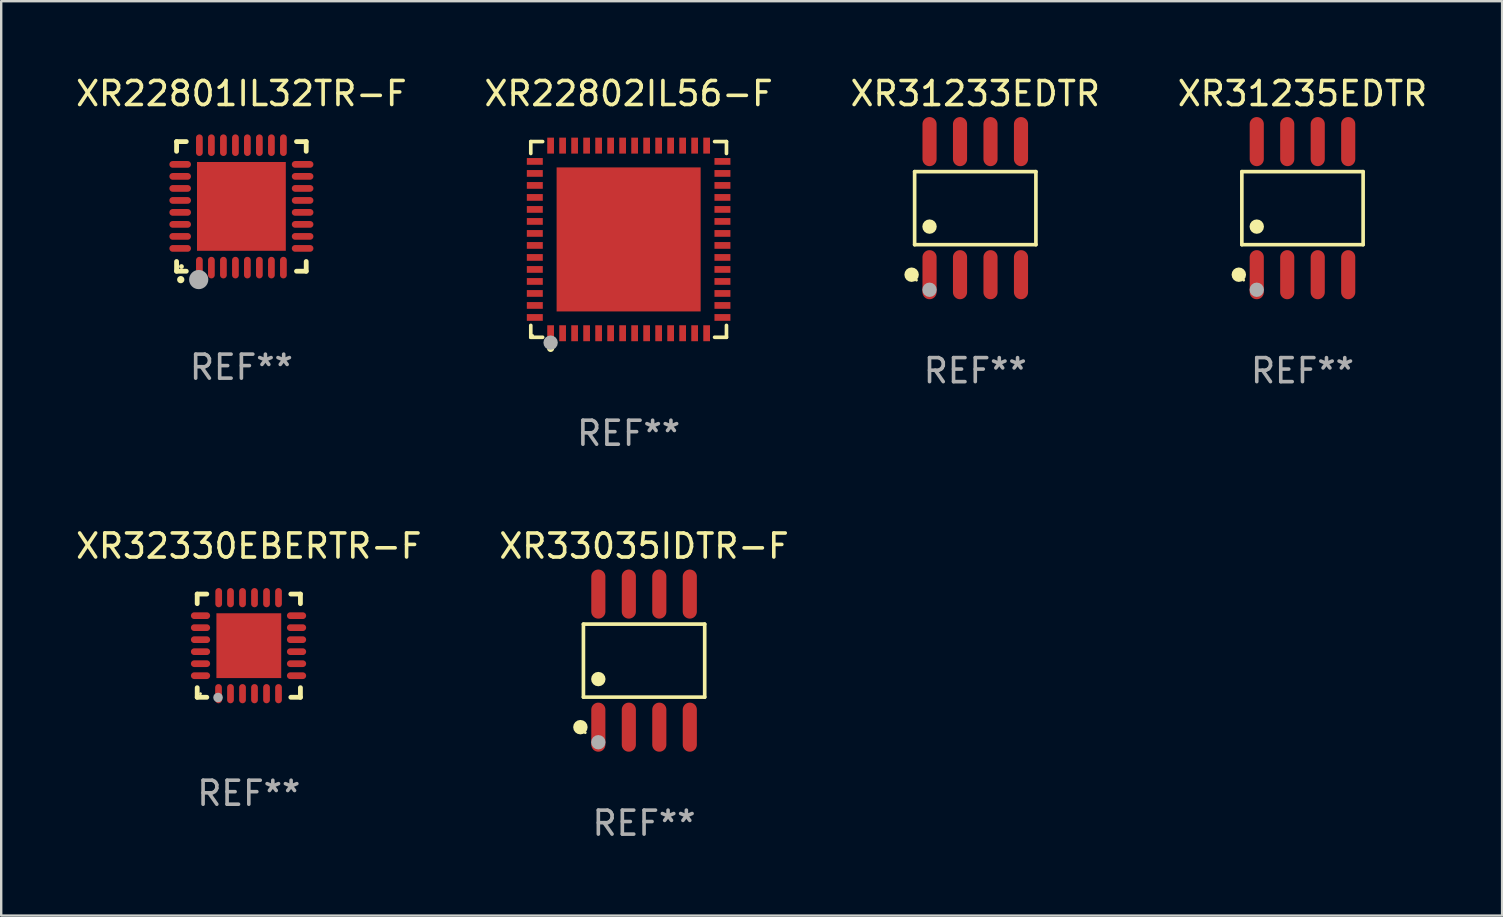
<source format=kicad_pcb>
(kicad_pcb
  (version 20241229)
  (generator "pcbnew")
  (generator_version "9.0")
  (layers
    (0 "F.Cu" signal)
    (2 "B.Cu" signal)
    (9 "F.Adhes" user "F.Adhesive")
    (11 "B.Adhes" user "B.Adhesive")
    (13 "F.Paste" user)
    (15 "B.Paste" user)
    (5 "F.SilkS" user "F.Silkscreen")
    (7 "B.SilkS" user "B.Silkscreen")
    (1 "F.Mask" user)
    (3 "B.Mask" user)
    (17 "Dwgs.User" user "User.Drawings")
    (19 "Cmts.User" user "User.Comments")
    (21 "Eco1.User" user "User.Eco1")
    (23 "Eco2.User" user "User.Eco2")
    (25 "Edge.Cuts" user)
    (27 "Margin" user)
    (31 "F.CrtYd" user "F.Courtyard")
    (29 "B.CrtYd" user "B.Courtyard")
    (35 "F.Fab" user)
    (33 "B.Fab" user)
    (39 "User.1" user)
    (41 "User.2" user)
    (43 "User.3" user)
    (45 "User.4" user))
  (footprint "XR31233EDTR"
    (layer "F.Cu")
    (at 37.577 5.621)
    (property "Reference" "XR31233EDTR" (at 0 -4.772 0) (layer "F.SilkS") (effects (font (size 1 1) (thickness 0.15))))
    (attr through_hole)
    (fp_line (start -2.526 -1.521) (end 2.526 -1.521) (stroke (width 0.152) (type solid)) (layer "F.SilkS"))
    (fp_line (start -2.526 1.521) (end -2.526 -1.521) (stroke (width 0.152) (type solid)) (layer "F.SilkS"))
    (fp_line (start 2.526 -1.521) (end 2.526 1.521) (stroke (width 0.152) (type solid)) (layer "F.SilkS"))
    (fp_line (start 2.526 1.521) (end -2.526 1.521) (stroke (width 0.152) (type solid)) (layer "F.SilkS"))
    (fp_circle (center -2.652 2.772) (end -2.501 2.772) (stroke (width 0.3) (type solid)) (fill no) (layer "F.SilkS"))
    (fp_circle (center -2.45 3) (end -2.42 3) (stroke (width 0.06) (type solid)) (fill no) (layer "F.SilkS"))
    (fp_circle (center -1.905 0.769) (end -1.755 0.769) (stroke (width 0.3) (type solid)) (fill no) (layer "F.SilkS"))
    (fp_circle (center -1.905 3.4) (end -1.755 3.4) (stroke (width 0.3) (type solid)) (fill no) (layer "F.Fab"))
    (fp_text user "REF**" (at 0 6.772 0) (layer "F.Fab") (effects (font (size 1 1) (thickness 0.15))))
    (pad "1" smd oval (at -1.905 2.772) (size 0.588 2.045) (layers "F.Cu" "F.Mask" "F.Paste"))
    (pad "2" smd oval (at -0.635 2.772) (size 0.588 2.045) (layers "F.Cu" "F.Mask" "F.Paste"))
    (pad "3" smd oval (at 0.635 2.772) (size 0.588 2.045) (layers "F.Cu" "F.Mask" "F.Paste"))
    (pad "4" smd oval (at 1.905 2.772) (size 0.588 2.045) (layers "F.Cu" "F.Mask" "F.Paste"))
    (pad "5" smd oval (at 1.905 -2.772) (size 0.588 2.045) (layers "F.Cu" "F.Mask" "F.Paste"))
    (pad "6" smd oval (at 0.635 -2.772) (size 0.588 2.045) (layers "F.Cu" "F.Mask" "F.Paste"))
    (pad "7" smd oval (at -0.635 -2.772) (size 0.588 2.045) (layers "F.Cu" "F.Mask" "F.Paste"))
    (pad "8" smd oval (at -1.905 -2.772) (size 0.588 2.045) (layers "F.Cu" "F.Mask" "F.Paste")))
  (footprint "XR22802IL56-F"
    (layer "F.Cu")
    (at 23.137 6.924)
    (property "Reference" "XR22802IL56-F" (at 0 -6.076 0) (layer "F.SilkS") (effects (font (size 1 1) (thickness 0.15))))
    (attr through_hole)
    (fp_line (start -4.076 -4.076) (end -3.581 -4.076) (stroke (width 0.152) (type solid)) (layer "F.SilkS"))
    (fp_line (start -4.076 -3.581) (end -4.076 -4.076) (stroke (width 0.152) (type solid)) (layer "F.SilkS"))
    (fp_line (start -4.076 3.581) (end -4.076 4.076) (stroke (width 0.152) (type solid)) (layer "F.SilkS"))
    (fp_line (start -4.076 4.076) (end -3.581 4.076) (stroke (width 0.152) (type solid)) (layer "F.SilkS"))
    (fp_line (start 4.076 -4.076) (end 3.581 -4.076) (stroke (width 0.152) (type solid)) (layer "F.SilkS"))
    (fp_line (start 4.076 -3.581) (end 4.076 -4.076) (stroke (width 0.152) (type solid)) (layer "F.SilkS"))
    (fp_line (start 4.076 3.581) (end 4.076 4.076) (stroke (width 0.152) (type solid)) (layer "F.SilkS"))
    (fp_line (start 4.076 4.076) (end 3.581 4.076) (stroke (width 0.152) (type solid)) (layer "F.SilkS"))
    (fp_circle (center -4 4) (end -3.97 4) (stroke (width 0.06) (type solid)) (fill no) (layer "F.SilkS"))
    (fp_circle (center -3.25 4.54) (end -3.175 4.54) (stroke (width 0.15) (type solid)) (fill no) (layer "F.SilkS"))
    (fp_circle (center -3.25 4.3) (end -3.1 4.3) (stroke (width 0.3) (type solid)) (fill no) (layer "F.Fab"))
    (fp_text user "REF**" (at 0 8.076 0) (layer "F.Fab") (effects (font (size 1 1) (thickness 0.15))))
    (pad "1" smd rect (at -3.25 3.908) (size 0.28 0.665) (layers "F.Cu" "F.Mask" "F.Paste"))
    (pad "2" smd rect (at -2.75 3.908) (size 0.28 0.665) (layers "F.Cu" "F.Mask" "F.Paste"))
    (pad "3" smd rect (at -2.25 3.908) (size 0.28 0.665) (layers "F.Cu" "F.Mask" "F.Paste"))
    (pad "4" smd rect (at -1.75 3.908) (size 0.28 0.665) (layers "F.Cu" "F.Mask" "F.Paste"))
    (pad "5" smd rect (at -1.25 3.908) (size 0.28 0.665) (layers "F.Cu" "F.Mask" "F.Paste"))
    (pad "6" smd rect (at -0.75 3.908) (size 0.28 0.665) (layers "F.Cu" "F.Mask" "F.Paste"))
    (pad "7" smd rect (at -0.25 3.908) (size 0.28 0.665) (layers "F.Cu" "F.Mask" "F.Paste"))
    (pad "8" smd rect (at 0.25 3.908) (size 0.28 0.665) (layers "F.Cu" "F.Mask" "F.Paste"))
    (pad "9" smd rect (at 0.75 3.908) (size 0.28 0.665) (layers "F.Cu" "F.Mask" "F.Paste"))
    (pad "10" smd rect (at 1.25 3.908) (size 0.28 0.665) (layers "F.Cu" "F.Mask" "F.Paste"))
    (pad "11" smd rect (at 1.75 3.908) (size 0.28 0.665) (layers "F.Cu" "F.Mask" "F.Paste"))
    (pad "12" smd rect (at 2.25 3.908) (size 0.28 0.665) (layers "F.Cu" "F.Mask" "F.Paste"))
    (pad "13" smd rect (at 2.75 3.908) (size 0.28 0.665) (layers "F.Cu" "F.Mask" "F.Paste"))
    (pad "14" smd rect (at 3.25 3.908) (size 0.28 0.665) (layers "F.Cu" "F.Mask" "F.Paste"))
    (pad "15" smd rect (at 3.908 3.25) (size 0.665 0.28) (layers "F.Cu" "F.Mask" "F.Paste"))
    (pad "16" smd rect (at 3.908 2.75) (size 0.665 0.28) (layers "F.Cu" "F.Mask" "F.Paste"))
    (pad "17" smd rect (at 3.908 2.25) (size 0.665 0.28) (layers "F.Cu" "F.Mask" "F.Paste"))
    (pad "18" smd rect (at 3.908 1.75) (size 0.665 0.28) (layers "F.Cu" "F.Mask" "F.Paste"))
    (pad "19" smd rect (at 3.908 1.25) (size 0.665 0.28) (layers "F.Cu" "F.Mask" "F.Paste"))
    (pad "20" smd rect (at 3.908 0.75) (size 0.665 0.28) (layers "F.Cu" "F.Mask" "F.Paste"))
    (pad "21" smd rect (at 3.908 0.25) (size 0.665 0.28) (layers "F.Cu" "F.Mask" "F.Paste"))
    (pad "22" smd rect (at 3.908 -0.25) (size 0.665 0.28) (layers "F.Cu" "F.Mask" "F.Paste"))
    (pad "23" smd rect (at 3.908 -0.75) (size 0.665 0.28) (layers "F.Cu" "F.Mask" "F.Paste"))
    (pad "24" smd rect (at 3.908 -1.25) (size 0.665 0.28) (layers "F.Cu" "F.Mask" "F.Paste"))
    (pad "25" smd rect (at 3.908 -1.75) (size 0.665 0.28) (layers "F.Cu" "F.Mask" "F.Paste"))
    (pad "26" smd rect (at 3.908 -2.25) (size 0.665 0.28) (layers "F.Cu" "F.Mask" "F.Paste"))
    (pad "27" smd rect (at 3.908 -2.75) (size 0.665 0.28) (layers "F.Cu" "F.Mask" "F.Paste"))
    (pad "28" smd rect (at 3.908 -3.25) (size 0.665 0.28) (layers "F.Cu" "F.Mask" "F.Paste"))
    (pad "29" smd rect (at 3.25 -3.908) (size 0.28 0.665) (layers "F.Cu" "F.Mask" "F.Paste"))
    (pad "30" smd rect (at 2.75 -3.908) (size 0.28 0.665) (layers "F.Cu" "F.Mask" "F.Paste"))
    (pad "31" smd rect (at 2.25 -3.908) (size 0.28 0.665) (layers "F.Cu" "F.Mask" "F.Paste"))
    (pad "32" smd rect (at 1.75 -3.908) (size 0.28 0.665) (layers "F.Cu" "F.Mask" "F.Paste"))
    (pad "33" smd rect (at 1.25 -3.908) (size 0.28 0.665) (layers "F.Cu" "F.Mask" "F.Paste"))
    (pad "34" smd rect (at 0.75 -3.908) (size 0.28 0.665) (layers "F.Cu" "F.Mask" "F.Paste"))
    (pad "35" smd rect (at 0.25 -3.908) (size 0.28 0.665) (layers "F.Cu" "F.Mask" "F.Paste"))
    (pad "36" smd rect (at -0.25 -3.908) (size 0.28 0.665) (layers "F.Cu" "F.Mask" "F.Paste"))
    (pad "37" smd rect (at -0.75 -3.908) (size 0.28 0.665) (layers "F.Cu" "F.Mask" "F.Paste"))
    (pad "38" smd rect (at -1.25 -3.908) (size 0.28 0.665) (layers "F.Cu" "F.Mask" "F.Paste"))
    (pad "39" smd rect (at -1.75 -3.908) (size 0.28 0.665) (layers "F.Cu" "F.Mask" "F.Paste"))
    (pad "40" smd rect (at -2.25 -3.908) (size 0.28 0.665) (layers "F.Cu" "F.Mask" "F.Paste"))
    (pad "41" smd rect (at -2.75 -3.908) (size 0.28 0.665) (layers "F.Cu" "F.Mask" "F.Paste"))
    (pad "42" smd rect (at -3.25 -3.908) (size 0.28 0.665) (layers "F.Cu" "F.Mask" "F.Paste"))
    (pad "43" smd rect (at -3.908 -3.25) (size 0.665 0.28) (layers "F.Cu" "F.Mask" "F.Paste"))
    (pad "44" smd rect (at -3.908 -2.75) (size 0.665 0.28) (layers "F.Cu" "F.Mask" "F.Paste"))
    (pad "45" smd rect (at -3.908 -2.25) (size 0.665 0.28) (layers "F.Cu" "F.Mask" "F.Paste"))
    (pad "46" smd rect (at -3.908 -1.75) (size 0.665 0.28) (layers "F.Cu" "F.Mask" "F.Paste"))
    (pad "47" smd rect (at -3.908 -1.25) (size 0.665 0.28) (layers "F.Cu" "F.Mask" "F.Paste"))
    (pad "48" smd rect (at -3.908 -0.75) (size 0.665 0.28) (layers "F.Cu" "F.Mask" "F.Paste"))
    (pad "49" smd rect (at -3.908 -0.25) (size 0.665 0.28) (layers "F.Cu" "F.Mask" "F.Paste"))
    (pad "50" smd rect (at -3.908 0.25) (size 0.665 0.28) (layers "F.Cu" "F.Mask" "F.Paste"))
    (pad "51" smd rect (at -3.908 0.75) (size 0.665 0.28) (layers "F.Cu" "F.Mask" "F.Paste"))
    (pad "52" smd rect (at -3.908 1.25) (size 0.665 0.28) (layers "F.Cu" "F.Mask" "F.Paste"))
    (pad "53" smd rect (at -3.908 1.75) (size 0.665 0.28) (layers "F.Cu" "F.Mask" "F.Paste"))
    (pad "54" smd rect (at -3.908 2.25) (size 0.665 0.28) (layers "F.Cu" "F.Mask" "F.Paste"))
    (pad "55" smd rect (at -3.908 2.75) (size 0.665 0.28) (layers "F.Cu" "F.Mask" "F.Paste"))
    (pad "56" smd rect (at -3.908 3.25) (size 0.665 0.28) (layers "F.Cu" "F.Mask" "F.Paste"))
    (pad "57" smd rect (at 0 0) (size 6 6) (layers "F.Cu" "F.Mask" "F.Paste")))
  (footprint "XR33035IDTR-F"
    (layer "F.Cu")
    (at 23.78 24.47)
    (property "Reference" "XR33035IDTR-F" (at 0 -4.772 0) (layer "F.SilkS") (effects (font (size 1 1) (thickness 0.15))))
    (attr through_hole)
    (fp_line (start -2.526 -1.521) (end 2.526 -1.521) (stroke (width 0.152) (type solid)) (layer "F.SilkS"))
    (fp_line (start -2.526 1.521) (end -2.526 -1.521) (stroke (width 0.152) (type solid)) (layer "F.SilkS"))
    (fp_line (start 2.526 -1.521) (end 2.526 1.521) (stroke (width 0.152) (type solid)) (layer "F.SilkS"))
    (fp_line (start 2.526 1.521) (end -2.526 1.521) (stroke (width 0.152) (type solid)) (layer "F.SilkS"))
    (fp_circle (center -2.652 2.772) (end -2.501 2.772) (stroke (width 0.3) (type solid)) (fill no) (layer "F.SilkS"))
    (fp_circle (center -2.45 3) (end -2.42 3) (stroke (width 0.06) (type solid)) (fill no) (layer "F.SilkS"))
    (fp_circle (center -1.905 0.769) (end -1.755 0.769) (stroke (width 0.3) (type solid)) (fill no) (layer "F.SilkS"))
    (fp_circle (center -1.905 3.4) (end -1.755 3.4) (stroke (width 0.3) (type solid)) (fill no) (layer "F.Fab"))
    (fp_text user "REF**" (at 0 6.772 0) (layer "F.Fab") (effects (font (size 1 1) (thickness 0.15))))
    (pad "1" smd oval (at -1.905 2.772) (size 0.588 2.045) (layers "F.Cu" "F.Mask" "F.Paste"))
    (pad "2" smd oval (at -0.635 2.772) (size 0.588 2.045) (layers "F.Cu" "F.Mask" "F.Paste"))
    (pad "3" smd oval (at 0.635 2.772) (size 0.588 2.045) (layers "F.Cu" "F.Mask" "F.Paste"))
    (pad "4" smd oval (at 1.905 2.772) (size 0.588 2.045) (layers "F.Cu" "F.Mask" "F.Paste"))
    (pad "5" smd oval (at 1.905 -2.772) (size 0.588 2.045) (layers "F.Cu" "F.Mask" "F.Paste"))
    (pad "6" smd oval (at 0.635 -2.772) (size 0.588 2.045) (layers "F.Cu" "F.Mask" "F.Paste"))
    (pad "7" smd oval (at -0.635 -2.772) (size 0.588 2.045) (layers "F.Cu" "F.Mask" "F.Paste"))
    (pad "8" smd oval (at -1.905 -2.772) (size 0.588 2.045) (layers "F.Cu" "F.Mask" "F.Paste")))
  (footprint "XR31235EDTR"
    (layer "F.Cu")
    (at 51.208 5.621)
    (property "Reference" "XR31235EDTR" (at 0 -4.772 0) (layer "F.SilkS") (effects (font (size 1 1) (thickness 0.15))))
    (attr through_hole)
    (fp_line (start -2.526 -1.521) (end 2.526 -1.521) (stroke (width 0.152) (type solid)) (layer "F.SilkS"))
    (fp_line (start -2.526 1.521) (end -2.526 -1.521) (stroke (width 0.152) (type solid)) (layer "F.SilkS"))
    (fp_line (start 2.526 -1.521) (end 2.526 1.521) (stroke (width 0.152) (type solid)) (layer "F.SilkS"))
    (fp_line (start 2.526 1.521) (end -2.526 1.521) (stroke (width 0.152) (type solid)) (layer "F.SilkS"))
    (fp_circle (center -2.652 2.772) (end -2.501 2.772) (stroke (width 0.3) (type solid)) (fill no) (layer "F.SilkS"))
    (fp_circle (center -2.45 3) (end -2.42 3) (stroke (width 0.06) (type solid)) (fill no) (layer "F.SilkS"))
    (fp_circle (center -1.905 0.769) (end -1.755 0.769) (stroke (width 0.3) (type solid)) (fill no) (layer "F.SilkS"))
    (fp_circle (center -1.905 3.4) (end -1.755 3.4) (stroke (width 0.3) (type solid)) (fill no) (layer "F.Fab"))
    (fp_text user "REF**" (at 0 6.772 0) (layer "F.Fab") (effects (font (size 1 1) (thickness 0.15))))
    (pad "1" smd oval (at -1.905 2.772) (size 0.588 2.045) (layers "F.Cu" "F.Mask" "F.Paste"))
    (pad "2" smd oval (at -0.635 2.772) (size 0.588 2.045) (layers "F.Cu" "F.Mask" "F.Paste"))
    (pad "3" smd oval (at 0.635 2.772) (size 0.588 2.045) (layers "F.Cu" "F.Mask" "F.Paste"))
    (pad "4" smd oval (at 1.905 2.772) (size 0.588 2.045) (layers "F.Cu" "F.Mask" "F.Paste"))
    (pad "5" smd oval (at 1.905 -2.772) (size 0.588 2.045) (layers "F.Cu" "F.Mask" "F.Paste"))
    (pad "6" smd oval (at 0.635 -2.772) (size 0.588 2.045) (layers "F.Cu" "F.Mask" "F.Paste"))
    (pad "7" smd oval (at -0.635 -2.772) (size 0.588 2.045) (layers "F.Cu" "F.Mask" "F.Paste"))
    (pad "8" smd oval (at -1.905 -2.772) (size 0.588 2.045) (layers "F.Cu" "F.Mask" "F.Paste")))
  (footprint "XR32330EBERTR-F"
    (layer "F.Cu")
    (at 7.315 23.847)
    (property "Reference" "XR32330EBERTR-F" (at 0 -4.15 0) (layer "F.SilkS") (effects (font (size 1 1) (thickness 0.15))))
    (attr through_hole)
    (fp_line (start -2.15 -2.15) (end -1.75 -2.15) (stroke (width 0.2) (type solid)) (layer "F.SilkS"))
    (fp_line (start -2.15 -1.75) (end -2.15 -2.15) (stroke (width 0.2) (type solid)) (layer "F.SilkS"))
    (fp_line (start -2.15 2.15) (end -2.15 1.75) (stroke (width 0.2) (type solid)) (layer "F.SilkS"))
    (fp_line (start -1.75 2.15) (end -2.15 2.15) (stroke (width 0.2) (type solid)) (layer "F.SilkS"))
    (fp_line (start 2.15 -2.15) (end 1.75 -2.15) (stroke (width 0.2) (type solid)) (layer "F.SilkS"))
    (fp_line (start 2.15 -1.75) (end 2.15 -2.15) (stroke (width 0.2) (type solid)) (layer "F.SilkS"))
    (fp_line (start 2.15 1.75) (end 2.15 2.15) (stroke (width 0.2) (type solid)) (layer "F.SilkS"))
    (fp_line (start 2.15 2.15) (end 1.75 2.15) (stroke (width 0.2) (type solid)) (layer "F.SilkS"))
    (fp_circle (center -2.013 2) (end -1.983 2) (stroke (width 0.06) (type solid)) (fill no) (layer "F.SilkS"))
    (fp_circle (center -1.282 2.159) (end -1.182 2.159) (stroke (width 0.2) (type solid)) (fill no) (layer "F.Fab"))
    (fp_text user "REF**" (at 0 6.15 0) (layer "F.Fab") (effects (font (size 1 1) (thickness 0.15))))
    (pad "1" smd oval (at -1.262 2) (size 0.28 0.8) (layers "F.Cu" "F.Mask" "F.Paste"))
    (pad "2" smd oval (at -0.763 2) (size 0.28 0.8) (layers "F.Cu" "F.Mask" "F.Paste"))
    (pad "3" smd oval (at -0.262 2) (size 0.28 0.8) (layers "F.Cu" "F.Mask" "F.Paste"))
    (pad "4" smd oval (at 0.237 2) (size 0.28 0.8) (layers "F.Cu" "F.Mask" "F.Paste"))
    (pad "5" smd oval (at 0.738 2) (size 0.28 0.8) (layers "F.Cu" "F.Mask" "F.Paste"))
    (pad "6" smd oval (at 1.237 2) (size 0.28 0.8) (layers "F.Cu" "F.Mask" "F.Paste"))
    (pad "7" smd oval (at 1.988 1.25) (size 0.8 0.28) (layers "F.Cu" "F.Mask" "F.Paste"))
    (pad "8" smd oval (at 1.988 0.75) (size 0.8 0.28) (layers "F.Cu" "F.Mask" "F.Paste"))
    (pad "9" smd oval (at 1.988 0.25) (size 0.8 0.28) (layers "F.Cu" "F.Mask" "F.Paste"))
    (pad "10" smd oval (at 1.988 -0.25) (size 0.8 0.28) (layers "F.Cu" "F.Mask" "F.Paste"))
    (pad "11" smd oval (at 1.988 -0.75) (size 0.8 0.28) (layers "F.Cu" "F.Mask" "F.Paste"))
    (pad "12" smd oval (at 1.988 -1.25) (size 0.8 0.28) (layers "F.Cu" "F.Mask" "F.Paste"))
    (pad "13" smd oval (at 1.237 -2) (size 0.28 0.8) (layers "F.Cu" "F.Mask" "F.Paste"))
    (pad "14" smd oval (at 0.738 -2) (size 0.28 0.8) (layers "F.Cu" "F.Mask" "F.Paste"))
    (pad "15" smd oval (at 0.237 -2) (size 0.28 0.8) (layers "F.Cu" "F.Mask" "F.Paste"))
    (pad "16" smd oval (at -0.262 -2) (size 0.28 0.8) (layers "F.Cu" "F.Mask" "F.Paste"))
    (pad "17" smd oval (at -0.763 -2) (size 0.28 0.8) (layers "F.Cu" "F.Mask" "F.Paste"))
    (pad "18" smd oval (at -1.255 -2) (size 0.28 0.8) (layers "F.Cu" "F.Mask" "F.Paste"))
    (pad "19" smd oval (at -2.012 -1.25) (size 0.8 0.28) (layers "F.Cu" "F.Mask" "F.Paste"))
    (pad "20" smd oval (at -2.012 -0.75) (size 0.8 0.28) (layers "F.Cu" "F.Mask" "F.Paste"))
    (pad "21" smd oval (at -2.012 -0.25) (size 0.8 0.28) (layers "F.Cu" "F.Mask" "F.Paste"))
    (pad "22" smd oval (at -2.012 0.25) (size 0.8 0.28) (layers "F.Cu" "F.Mask" "F.Paste"))
    (pad "23" smd oval (at -2.012 0.75) (size 0.8 0.28) (layers "F.Cu" "F.Mask" "F.Paste"))
    (pad "24" smd oval (at -2.012 1.25) (size 0.8 0.28) (layers "F.Cu" "F.Mask" "F.Paste"))
    (pad "25" smd rect (at -0.000013 -0.000025) (size 2.7 2.7) (layers "F.Cu" "F.Mask" "F.Paste")))
  (footprint "XR22801IL32TR-F"
    (layer "F.Cu")
    (at 7.006 5.548)
    (property "Reference" "XR22801IL32TR-F" (at 0 -4.7 0) (layer "F.SilkS") (effects (font (size 1 1) (thickness 0.15))))
    (attr through_hole)
    (fp_line (start -2.7 -2.7) (end -2.295 -2.7) (stroke (width 0.2) (type solid)) (layer "F.SilkS"))
    (fp_line (start -2.7 -2.295) (end -2.7 -2.7) (stroke (width 0.2) (type solid)) (layer "F.SilkS"))
    (fp_line (start -2.7 2.7) (end -2.7 2.295) (stroke (width 0.2) (type solid)) (layer "F.SilkS"))
    (fp_line (start -2.295 2.7) (end -2.7 2.7) (stroke (width 0.2) (type solid)) (layer "F.SilkS"))
    (fp_line (start 2.295 2.7) (end 2.7 2.7) (stroke (width 0.2) (type solid)) (layer "F.SilkS"))
    (fp_line (start 2.7 -2.7) (end 2.295 -2.7) (stroke (width 0.2) (type solid)) (layer "F.SilkS"))
    (fp_line (start 2.7 -2.295) (end 2.7 -2.7) (stroke (width 0.2) (type solid)) (layer "F.SilkS"))
    (fp_line (start 2.7 2.7) (end 2.7 2.295) (stroke (width 0.2) (type solid)) (layer "F.SilkS"))
    (fp_arc (start -2.527889 3.050546) (mid -2.526619 3.050541) (end -2.525349 3.050546) (stroke (width 0.3) (type solid)) (layer "F.SilkS"))
    (fp_circle (center -2.497 2.505) (end -2.447 2.505) (stroke (width 0.1) (type solid)) (fill no) (layer "F.SilkS"))
    (fp_circle (center -1.778 3.048) (end -1.578 3.048) (stroke (width 0.4) (type solid)) (fill no) (layer "F.Fab"))
    (fp_text user "REF**" (at 0 6.7 0) (layer "F.Fab") (effects (font (size 1 1) (thickness 0.15))))
    (pad "1" smd oval (at -1.75 2.55) (size 0.28 0.9) (layers "F.Cu" "F.Mask" "F.Paste"))
    (pad "2" smd oval (at -1.25 2.55) (size 0.28 0.9) (layers "F.Cu" "F.Mask" "F.Paste"))
    (pad "3" smd oval (at -0.749 2.55) (size 0.28 0.9) (layers "F.Cu" "F.Mask" "F.Paste"))
    (pad "4" smd oval (at -0.249 2.55) (size 0.28 0.9) (layers "F.Cu" "F.Mask" "F.Paste"))
    (pad "5" smd oval (at 0.249 2.55) (size 0.28 0.9) (layers "F.Cu" "F.Mask" "F.Paste"))
    (pad "6" smd oval (at 0.749 2.55) (size 0.28 0.9) (layers "F.Cu" "F.Mask" "F.Paste"))
    (pad "7" smd oval (at 1.25 2.55) (size 0.28 0.9) (layers "F.Cu" "F.Mask" "F.Paste"))
    (pad "8" smd oval (at 1.75 2.55) (size 0.28 0.9) (layers "F.Cu" "F.Mask" "F.Paste"))
    (pad "9" smd oval (at 2.55 1.75) (size 0.9 0.28) (layers "F.Cu" "F.Mask" "F.Paste"))
    (pad "10" smd oval (at 2.55 1.25) (size 0.9 0.28) (layers "F.Cu" "F.Mask" "F.Paste"))
    (pad "11" smd oval (at 2.55 0.749) (size 0.9 0.28) (layers "F.Cu" "F.Mask" "F.Paste"))
    (pad "12" smd oval (at 2.55 0.249) (size 0.9 0.28) (layers "F.Cu" "F.Mask" "F.Paste"))
    (pad "13" smd oval (at 2.55 -0.249) (size 0.9 0.28) (layers "F.Cu" "F.Mask" "F.Paste"))
    (pad "14" smd oval (at 2.55 -0.749) (size 0.9 0.28) (layers "F.Cu" "F.Mask" "F.Paste"))
    (pad "15" smd oval (at 2.55 -1.25) (size 0.9 0.28) (layers "F.Cu" "F.Mask" "F.Paste"))
    (pad "16" smd oval (at 2.55 -1.75) (size 0.9 0.28) (layers "F.Cu" "F.Mask" "F.Paste"))
    (pad "17" smd oval (at 1.75 -2.55) (size 0.28 0.9) (layers "F.Cu" "F.Mask" "F.Paste"))
    (pad "18" smd oval (at 1.25 -2.55) (size 0.28 0.9) (layers "F.Cu" "F.Mask" "F.Paste"))
    (pad "19" smd oval (at 0.749 -2.55) (size 0.28 0.9) (layers "F.Cu" "F.Mask" "F.Paste"))
    (pad "20" smd oval (at 0.249 -2.55) (size 0.28 0.9) (layers "F.Cu" "F.Mask" "F.Paste"))
    (pad "21" smd oval (at -0.249 -2.55) (size 0.28 0.9) (layers "F.Cu" "F.Mask" "F.Paste"))
    (pad "22" smd oval (at -0.749 -2.55) (size 0.28 0.9) (layers "F.Cu" "F.Mask" "F.Paste"))
    (pad "23" smd oval (at -1.25 -2.55) (size 0.28 0.9) (layers "F.Cu" "F.Mask" "F.Paste"))
    (pad "24" smd oval (at -1.75 -2.55) (size 0.28 0.9) (layers "F.Cu" "F.Mask" "F.Paste"))
    (pad "25" smd oval (at -2.55 -1.75) (size 0.9 0.28) (layers "F.Cu" "F.Mask" "F.Paste"))
    (pad "26" smd oval (at -2.55 -1.25) (size 0.9 0.28) (layers "F.Cu" "F.Mask" "F.Paste"))
    (pad "27" smd oval (at -2.55 -0.749) (size 0.9 0.28) (layers "F.Cu" "F.Mask" "F.Paste"))
    (pad "28" smd oval (at -2.55 -0.249) (size 0.9 0.28) (layers "F.Cu" "F.Mask" "F.Paste"))
    (pad "29" smd oval (at -2.55 0.249) (size 0.9 0.28) (layers "F.Cu" "F.Mask" "F.Paste"))
    (pad "30" smd oval (at -2.55 0.749) (size 0.9 0.28) (layers "F.Cu" "F.Mask" "F.Paste"))
    (pad "31" smd oval (at -2.55 1.25) (size 0.9 0.28) (layers "F.Cu" "F.Mask" "F.Paste"))
    (pad "32" smd oval (at -2.55 1.75) (size 0.9 0.28) (layers "F.Cu" "F.Mask" "F.Paste"))
    (pad "33" smd rect (at 0.000076 0.000076) (size 3.7 3.7) (layers "F.Cu" "F.Mask" "F.Paste")))
  (gr_rect
    (start -3 -3)
    (end 59.524 35.09)
    (stroke (width 0.1) (type default))
    (fill no)
    (layer "Edge.Cuts")))
</source>
